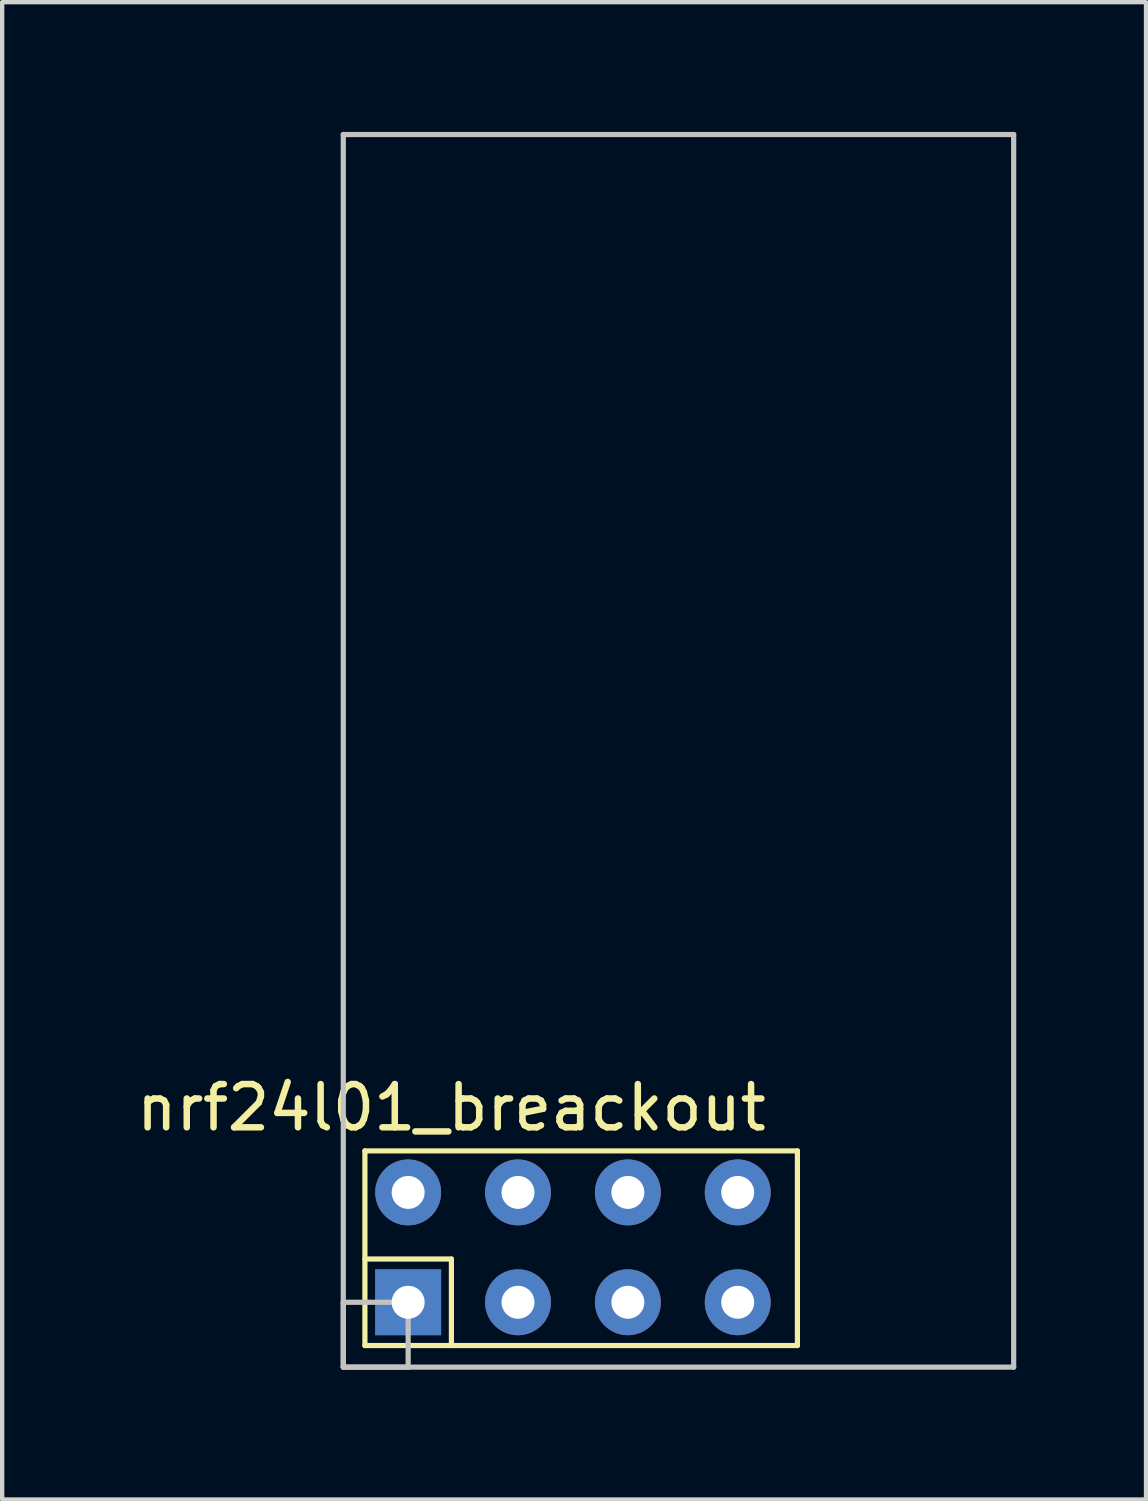
<source format=kicad_pcb>
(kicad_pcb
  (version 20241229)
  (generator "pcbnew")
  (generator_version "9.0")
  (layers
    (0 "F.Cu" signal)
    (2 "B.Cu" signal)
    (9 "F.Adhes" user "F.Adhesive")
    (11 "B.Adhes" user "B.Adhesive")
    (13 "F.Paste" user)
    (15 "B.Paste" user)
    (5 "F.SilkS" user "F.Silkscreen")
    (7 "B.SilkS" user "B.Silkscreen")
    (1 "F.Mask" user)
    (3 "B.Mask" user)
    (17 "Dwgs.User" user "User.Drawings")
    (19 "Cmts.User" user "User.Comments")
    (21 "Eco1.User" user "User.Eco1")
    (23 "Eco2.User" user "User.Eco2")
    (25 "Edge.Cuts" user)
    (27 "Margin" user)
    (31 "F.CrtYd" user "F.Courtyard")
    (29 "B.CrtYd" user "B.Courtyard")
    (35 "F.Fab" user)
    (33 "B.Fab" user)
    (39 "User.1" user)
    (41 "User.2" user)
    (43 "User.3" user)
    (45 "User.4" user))
  (footprint "nrf24l01_breackout"
    (layer "F.Cu")
    (at 6.387 27.06)
    (property "Reference" "nrf24l01_breackout" (at 1 -4.5 0) (layer "F.SilkS") (effects (font (size 1 1) (thickness 0.15))))
    (attr through_hole)
    (fp_line (start -1 -3.5) (end 9 -3.5) (stroke (width 0.12) (type solid)) (layer "F.SilkS"))
    (fp_line (start -1 -1) (end 1 -1) (stroke (width 0.12) (type solid)) (layer "F.SilkS"))
    (fp_line (start -1 1) (end -1 -3.5) (stroke (width 0.12) (type solid)) (layer "F.SilkS"))
    (fp_line (start 1 -1) (end 1 1) (stroke (width 0.12) (type solid)) (layer "F.SilkS"))
    (fp_line (start 9 -3.5) (end 9 1) (stroke (width 0.12) (type solid)) (layer "F.SilkS"))
    (fp_line (start 9 1) (end -1 1) (stroke (width 0.12) (type solid)) (layer "F.SilkS"))
    (fp_line (start -1.5 0) (end -1.5 1.5) (stroke (width 0.12) (type solid)) (layer "Dwgs.User"))
    (fp_line (start -1.5 1.5) (end -1.5 -27) (stroke (width 0.12) (type solid)) (layer "Dwgs.User"))
    (fp_line (start -1.5 1.5) (end 0 1.5) (stroke (width 0.12) (type solid)) (layer "Dwgs.User"))
    (fp_line (start -1.5 1.5) (end 14 1.5) (stroke (width 0.12) (type solid)) (layer "Dwgs.User"))
    (fp_line (start 0 0) (end -1.5 0) (stroke (width 0.12) (type solid)) (layer "Dwgs.User"))
    (fp_line (start 0 0) (end 0 1.5) (stroke (width 0.12) (type solid)) (layer "Dwgs.User"))
    (fp_line (start 14 -27) (end -1.5 -27) (stroke (width 0.12) (type solid)) (layer "Dwgs.User"))
    (fp_line (start 14 1.5) (end 14 -27) (stroke (width 0.12) (type solid)) (layer "Dwgs.User"))
    (pad "1" thru_hole rect (at 0 0) (size 1.524 1.524) (drill 0.762) (layers "*.Cu" "*.Mask"))
    (pad "2" thru_hole circle (at 0 -2.54) (size 1.524 1.524) (drill 0.762) (layers "*.Cu" "*.Mask"))
    (pad "3" thru_hole circle (at 2.54 0) (size 1.524 1.524) (drill 0.762) (layers "*.Cu" "*.Mask"))
    (pad "4" thru_hole circle (at 2.54 -2.54) (size 1.524 1.524) (drill 0.762) (layers "*.Cu" "*.Mask"))
    (pad "5" thru_hole circle (at 5.08 0) (size 1.524 1.524) (drill 0.762) (layers "*.Cu" "*.Mask"))
    (pad "6" thru_hole circle (at 5.08 -2.54) (size 1.524 1.524) (drill 0.762) (layers "*.Cu" "*.Mask"))
    (pad "7" thru_hole circle (at 7.62 0) (size 1.524 1.524) (drill 0.762) (layers "*.Cu" "*.Mask"))
    (pad "8" thru_hole circle (at 7.62 -2.54) (size 1.524 1.524) (drill 0.762) (layers "*.Cu" "*.Mask")))
  (gr_rect
    (start -3 -3)
    (end 23.447 31.62)
    (stroke (width 0.1) (type default))
    (fill no)
    (layer "Edge.Cuts")))
</source>
